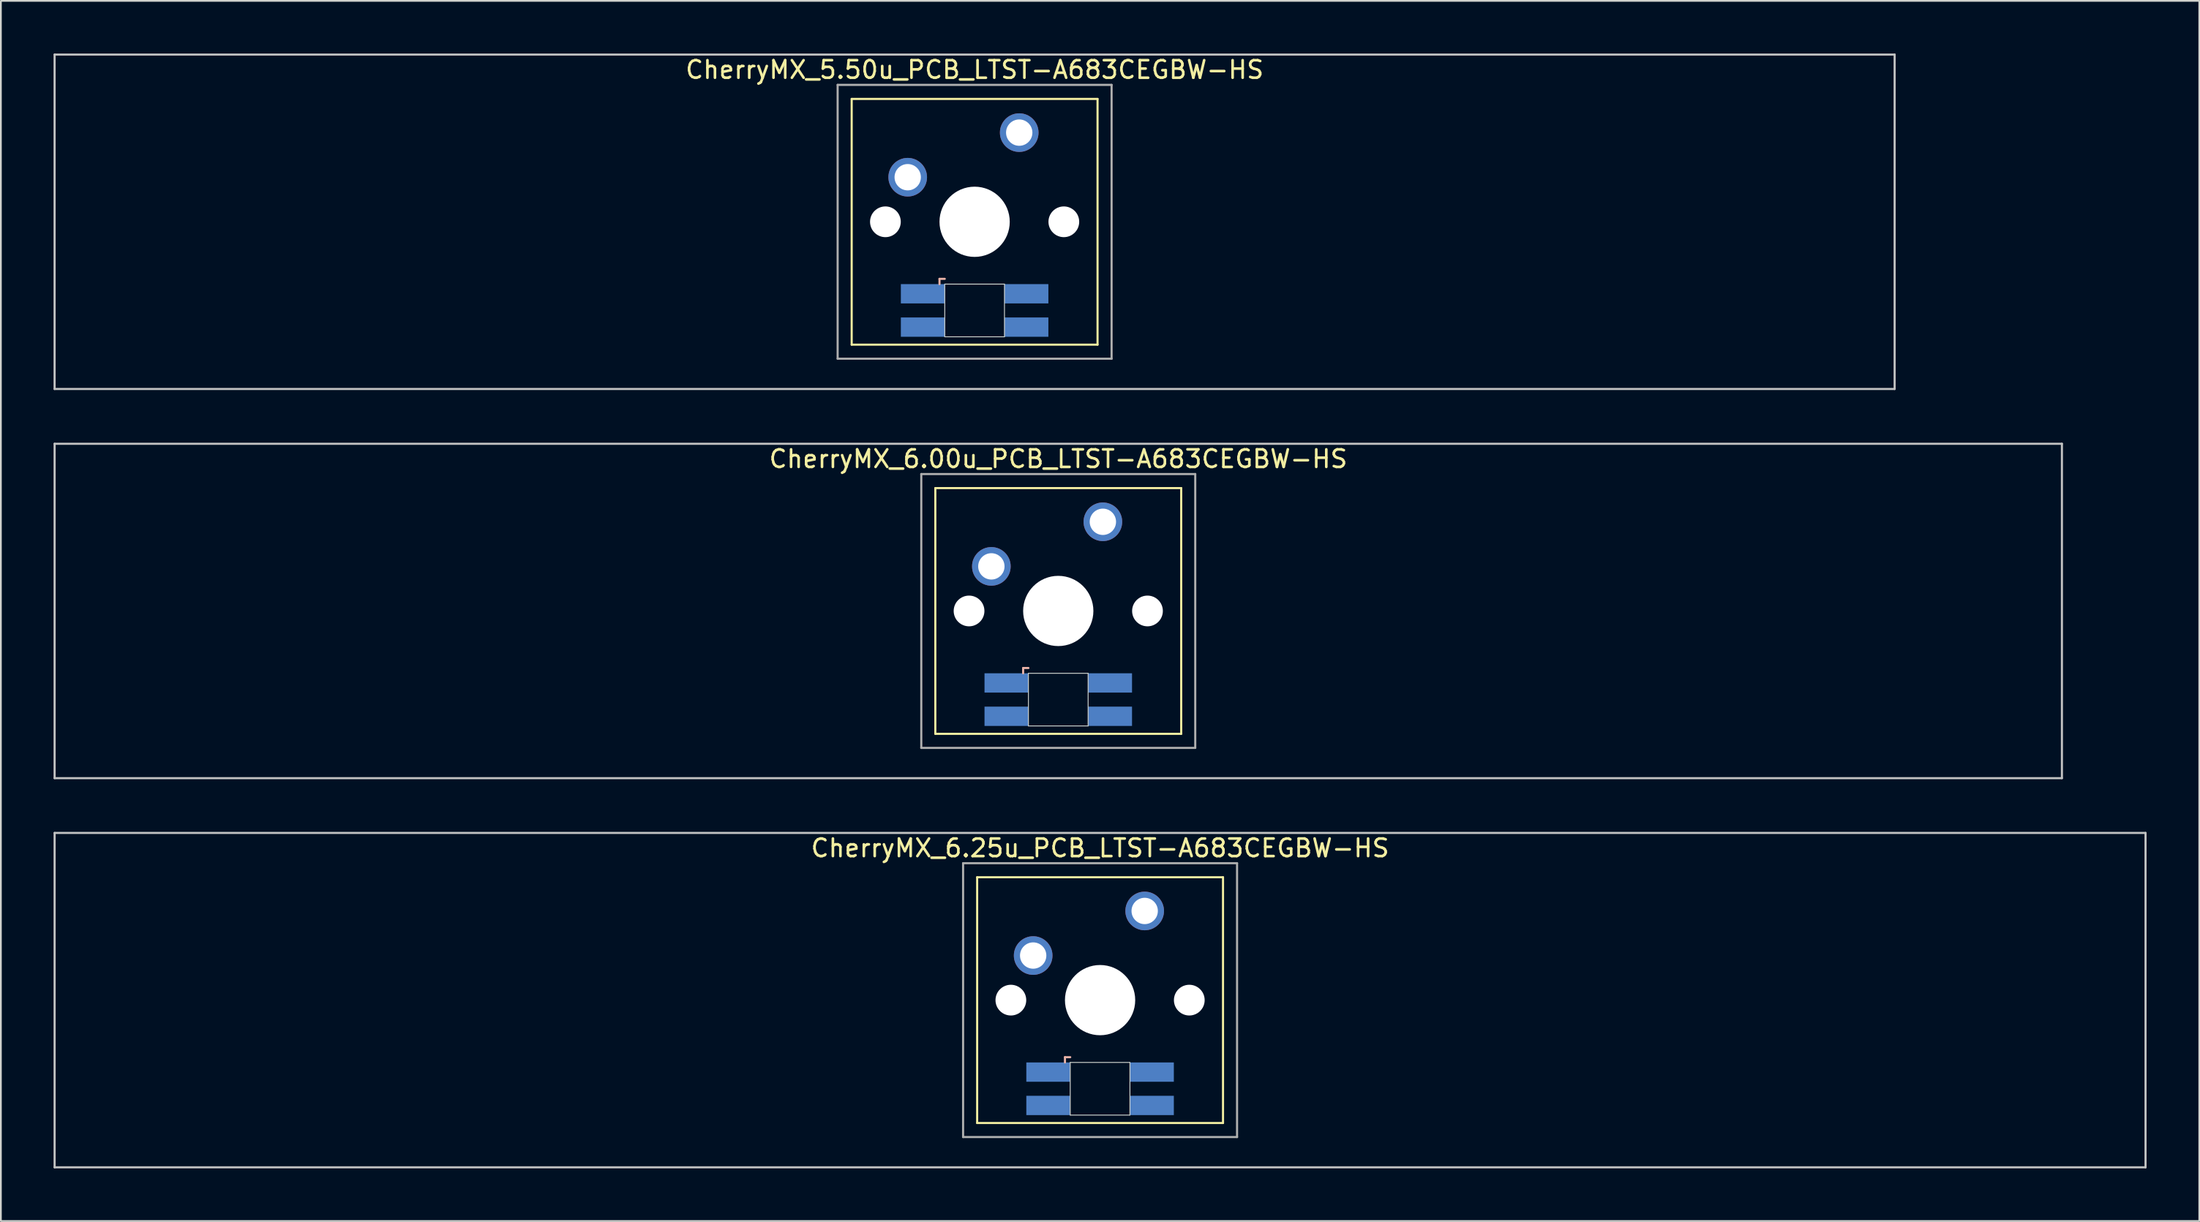
<source format=kicad_pcb>
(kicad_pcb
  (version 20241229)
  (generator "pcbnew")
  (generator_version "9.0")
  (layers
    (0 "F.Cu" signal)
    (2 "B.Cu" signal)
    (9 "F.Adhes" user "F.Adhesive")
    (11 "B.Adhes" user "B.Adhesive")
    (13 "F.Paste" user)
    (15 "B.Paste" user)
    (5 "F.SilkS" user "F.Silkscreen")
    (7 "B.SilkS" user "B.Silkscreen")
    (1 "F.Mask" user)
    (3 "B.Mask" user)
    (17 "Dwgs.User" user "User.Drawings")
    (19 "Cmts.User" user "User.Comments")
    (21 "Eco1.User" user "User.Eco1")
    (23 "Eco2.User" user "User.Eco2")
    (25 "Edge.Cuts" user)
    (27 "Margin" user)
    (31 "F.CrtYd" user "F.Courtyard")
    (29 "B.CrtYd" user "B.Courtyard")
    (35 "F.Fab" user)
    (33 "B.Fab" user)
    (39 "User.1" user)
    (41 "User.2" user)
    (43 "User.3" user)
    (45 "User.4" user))
  (footprint "CherryMX_6.00u_PCB_LTST-A683CEGBW-HS"
    (layer "F.Cu")
    (at 57.21 31.755)
    (property "Reference" "CherryMX_6.00u_PCB_LTST-A683CEGBW-HS" (at 0 -8.662 0) (layer "F.SilkS") (effects (font (size 1 1) (thickness 0.15))))
    (attr through_hole)
    (fp_line (start -7 -7) (end -7 7) (stroke (width 0.12) (type solid)) (layer "F.SilkS"))
    (fp_line (start -7 -7) (end 7 -7) (stroke (width 0.12) (type solid)) (layer "F.SilkS"))
    (fp_line (start 7 -7) (end 7 7) (stroke (width 0.12) (type solid)) (layer "F.SilkS"))
    (fp_line (start 7 7) (end -7 7) (stroke (width 0.12) (type solid)) (layer "F.SilkS"))
    (fp_line (start -2 3.25) (end -2 3.55) (stroke (width 0.12) (type solid)) (layer "B.SilkS"))
    (fp_line (start -1.7 3.25) (end -2 3.25) (stroke (width 0.12) (type solid)) (layer "B.SilkS"))
    (fp_line (start -57.15 -9.525) (end 57.15 -9.525) (stroke (width 0.12) (type solid)) (layer "Dwgs.User"))
    (fp_line (start -57.15 9.525) (end -57.15 -9.525) (stroke (width 0.12) (type solid)) (layer "Dwgs.User"))
    (fp_line (start 57.15 -9.525) (end 57.15 9.525) (stroke (width 0.12) (type solid)) (layer "Dwgs.User"))
    (fp_line (start 57.15 9.525) (end -57.15 9.525) (stroke (width 0.12) (type solid)) (layer "Dwgs.User"))
    (fp_line (start -1.7 3.55) (end 1.7 3.55) (stroke (width 0.05) (type solid)) (layer "Edge.Cuts"))
    (fp_line (start -1.7 6.55) (end -1.7 3.55) (stroke (width 0.05) (type solid)) (layer "Edge.Cuts"))
    (fp_line (start 1.7 3.55) (end 1.7 6.55) (stroke (width 0.05) (type solid)) (layer "Edge.Cuts"))
    (fp_line (start 1.7 6.55) (end -1.7 6.55) (stroke (width 0.05) (type solid)) (layer "Edge.Cuts"))
    (fp_line (start -7.8 -7.8) (end -7.8 7.8) (stroke (width 0.12) (type solid)) (layer "F.Fab"))
    (fp_line (start -7.8 -7.8) (end 7.8 -7.8) (stroke (width 0.12) (type solid)) (layer "F.Fab"))
    (fp_line (start -7.8 7.8) (end 7.8 7.8) (stroke (width 0.12) (type solid)) (layer "F.Fab"))
    (fp_line (start 7.8 -7.8) (end 7.8 7.8) (stroke (width 0.12) (type solid)) (layer "F.Fab"))
    (pad "" np_thru_hole circle (at -5.08 0) (size 1.75 1.75) (drill 1.75) (layers "*.Cu" "*.Mask"))
    (pad "" np_thru_hole circle (at 0 0) (size 4 4) (drill 4) (layers "*.Cu" "*.Mask"))
    (pad "" np_thru_hole circle (at 5.08 0) (size 1.75 1.75) (drill 1.75) (layers "*.Cu" "*.Mask"))
    (pad "1" thru_hole circle (at -3.81 -2.54) (size 2.2 2.2) (drill 1.5) (layers "*.Cu" "*.Mask"))
    (pad "2" thru_hole circle (at 2.54 -5.08) (size 2.2 2.2) (drill 1.5) (layers "*.Cu" "*.Mask"))
    (pad "3" smd rect (at -2.95 4.1) (size 2.5 1.1) (layers "B.Cu" "B.Mask" "B.Paste"))
    (pad "4" smd rect (at -2.95 6) (size 2.5 1.1) (layers "B.Cu" "B.Mask" "B.Paste"))
    (pad "5" smd rect (at 2.95 4.1) (size 2.5 1.1) (layers "B.Cu" "B.Mask" "B.Paste"))
    (pad "6" smd rect (at 2.95 6) (size 2.5 1.1) (layers "B.Cu" "B.Mask" "B.Paste")))
  (footprint "CherryMX_6.25u_PCB_LTST-A683CEGBW-HS"
    (layer "F.Cu")
    (at 59.591 53.925)
    (property "Reference" "CherryMX_6.25u_PCB_LTST-A683CEGBW-HS" (at 0 -8.662 0) (layer "F.SilkS") (effects (font (size 1 1) (thickness 0.15))))
    (attr through_hole)
    (fp_line (start -7 -7) (end -7 7) (stroke (width 0.12) (type solid)) (layer "F.SilkS"))
    (fp_line (start -7 -7) (end 7 -7) (stroke (width 0.12) (type solid)) (layer "F.SilkS"))
    (fp_line (start 7 -7) (end 7 7) (stroke (width 0.12) (type solid)) (layer "F.SilkS"))
    (fp_line (start 7 7) (end -7 7) (stroke (width 0.12) (type solid)) (layer "F.SilkS"))
    (fp_line (start -2 3.25) (end -2 3.55) (stroke (width 0.12) (type solid)) (layer "B.SilkS"))
    (fp_line (start -1.7 3.25) (end -2 3.25) (stroke (width 0.12) (type solid)) (layer "B.SilkS"))
    (fp_line (start -59.531 -9.525) (end 59.531 -9.525) (stroke (width 0.12) (type solid)) (layer "Dwgs.User"))
    (fp_line (start -59.531 9.525) (end -59.531 -9.525) (stroke (width 0.12) (type solid)) (layer "Dwgs.User"))
    (fp_line (start 59.531 -9.525) (end 59.531 9.525) (stroke (width 0.12) (type solid)) (layer "Dwgs.User"))
    (fp_line (start 59.531 9.525) (end -59.531 9.525) (stroke (width 0.12) (type solid)) (layer "Dwgs.User"))
    (fp_line (start -1.7 3.55) (end 1.7 3.55) (stroke (width 0.05) (type solid)) (layer "Edge.Cuts"))
    (fp_line (start -1.7 6.55) (end -1.7 3.55) (stroke (width 0.05) (type solid)) (layer "Edge.Cuts"))
    (fp_line (start 1.7 3.55) (end 1.7 6.55) (stroke (width 0.05) (type solid)) (layer "Edge.Cuts"))
    (fp_line (start 1.7 6.55) (end -1.7 6.55) (stroke (width 0.05) (type solid)) (layer "Edge.Cuts"))
    (fp_line (start -7.8 -7.8) (end -7.8 7.8) (stroke (width 0.12) (type solid)) (layer "F.Fab"))
    (fp_line (start -7.8 -7.8) (end 7.8 -7.8) (stroke (width 0.12) (type solid)) (layer "F.Fab"))
    (fp_line (start -7.8 7.8) (end 7.8 7.8) (stroke (width 0.12) (type solid)) (layer "F.Fab"))
    (fp_line (start 7.8 -7.8) (end 7.8 7.8) (stroke (width 0.12) (type solid)) (layer "F.Fab"))
    (pad "" np_thru_hole circle (at -5.08 0) (size 1.75 1.75) (drill 1.75) (layers "*.Cu" "*.Mask"))
    (pad "" np_thru_hole circle (at 0 0) (size 4 4) (drill 4) (layers "*.Cu" "*.Mask"))
    (pad "" np_thru_hole circle (at 5.08 0) (size 1.75 1.75) (drill 1.75) (layers "*.Cu" "*.Mask"))
    (pad "1" thru_hole circle (at -3.81 -2.54) (size 2.2 2.2) (drill 1.5) (layers "*.Cu" "*.Mask"))
    (pad "2" thru_hole circle (at 2.54 -5.08) (size 2.2 2.2) (drill 1.5) (layers "*.Cu" "*.Mask"))
    (pad "3" smd rect (at -2.95 4.1) (size 2.5 1.1) (layers "B.Cu" "B.Mask" "B.Paste"))
    (pad "4" smd rect (at -2.95 6) (size 2.5 1.1) (layers "B.Cu" "B.Mask" "B.Paste"))
    (pad "5" smd rect (at 2.95 4.1) (size 2.5 1.1) (layers "B.Cu" "B.Mask" "B.Paste"))
    (pad "6" smd rect (at 2.95 6) (size 2.5 1.1) (layers "B.Cu" "B.Mask" "B.Paste")))
  (footprint "CherryMX_5.50u_PCB_LTST-A683CEGBW-HS"
    (layer "F.Cu")
    (at 52.447 9.585)
    (property "Reference" "CherryMX_5.50u_PCB_LTST-A683CEGBW-HS" (at 0 -8.662 0) (layer "F.SilkS") (effects (font (size 1 1) (thickness 0.15))))
    (attr through_hole)
    (fp_line (start -7 -7) (end -7 7) (stroke (width 0.12) (type solid)) (layer "F.SilkS"))
    (fp_line (start -7 -7) (end 7 -7) (stroke (width 0.12) (type solid)) (layer "F.SilkS"))
    (fp_line (start 7 -7) (end 7 7) (stroke (width 0.12) (type solid)) (layer "F.SilkS"))
    (fp_line (start 7 7) (end -7 7) (stroke (width 0.12) (type solid)) (layer "F.SilkS"))
    (fp_line (start -2 3.25) (end -2 3.55) (stroke (width 0.12) (type solid)) (layer "B.SilkS"))
    (fp_line (start -1.7 3.25) (end -2 3.25) (stroke (width 0.12) (type solid)) (layer "B.SilkS"))
    (fp_line (start -52.388 -9.525) (end 52.388 -9.525) (stroke (width 0.12) (type solid)) (layer "Dwgs.User"))
    (fp_line (start -52.388 9.525) (end -52.388 -9.525) (stroke (width 0.12) (type solid)) (layer "Dwgs.User"))
    (fp_line (start 52.388 -9.525) (end 52.388 9.525) (stroke (width 0.12) (type solid)) (layer "Dwgs.User"))
    (fp_line (start 52.388 9.525) (end -52.388 9.525) (stroke (width 0.12) (type solid)) (layer "Dwgs.User"))
    (fp_line (start -1.7 3.55) (end 1.7 3.55) (stroke (width 0.05) (type solid)) (layer "Edge.Cuts"))
    (fp_line (start -1.7 6.55) (end -1.7 3.55) (stroke (width 0.05) (type solid)) (layer "Edge.Cuts"))
    (fp_line (start 1.7 3.55) (end 1.7 6.55) (stroke (width 0.05) (type solid)) (layer "Edge.Cuts"))
    (fp_line (start 1.7 6.55) (end -1.7 6.55) (stroke (width 0.05) (type solid)) (layer "Edge.Cuts"))
    (fp_line (start -7.8 -7.8) (end -7.8 7.8) (stroke (width 0.12) (type solid)) (layer "F.Fab"))
    (fp_line (start -7.8 -7.8) (end 7.8 -7.8) (stroke (width 0.12) (type solid)) (layer "F.Fab"))
    (fp_line (start -7.8 7.8) (end 7.8 7.8) (stroke (width 0.12) (type solid)) (layer "F.Fab"))
    (fp_line (start 7.8 -7.8) (end 7.8 7.8) (stroke (width 0.12) (type solid)) (layer "F.Fab"))
    (pad "" np_thru_hole circle (at -5.08 0) (size 1.75 1.75) (drill 1.75) (layers "*.Cu" "*.Mask"))
    (pad "" np_thru_hole circle (at 0 0) (size 4 4) (drill 4) (layers "*.Cu" "*.Mask"))
    (pad "" np_thru_hole circle (at 5.08 0) (size 1.75 1.75) (drill 1.75) (layers "*.Cu" "*.Mask"))
    (pad "1" thru_hole circle (at -3.81 -2.54) (size 2.2 2.2) (drill 1.5) (layers "*.Cu" "*.Mask"))
    (pad "2" thru_hole circle (at 2.54 -5.08) (size 2.2 2.2) (drill 1.5) (layers "*.Cu" "*.Mask"))
    (pad "3" smd rect (at -2.95 4.1) (size 2.5 1.1) (layers "B.Cu" "B.Mask" "B.Paste"))
    (pad "4" smd rect (at -2.95 6) (size 2.5 1.1) (layers "B.Cu" "B.Mask" "B.Paste"))
    (pad "5" smd rect (at 2.95 4.1) (size 2.5 1.1) (layers "B.Cu" "B.Mask" "B.Paste"))
    (pad "6" smd rect (at 2.95 6) (size 2.5 1.1) (layers "B.Cu" "B.Mask" "B.Paste")))
  (gr_rect
    (start -3 -3)
    (end 122.183 66.51)
    (stroke (width 0.1) (type default))
    (fill no)
    (layer "Edge.Cuts")))
</source>
